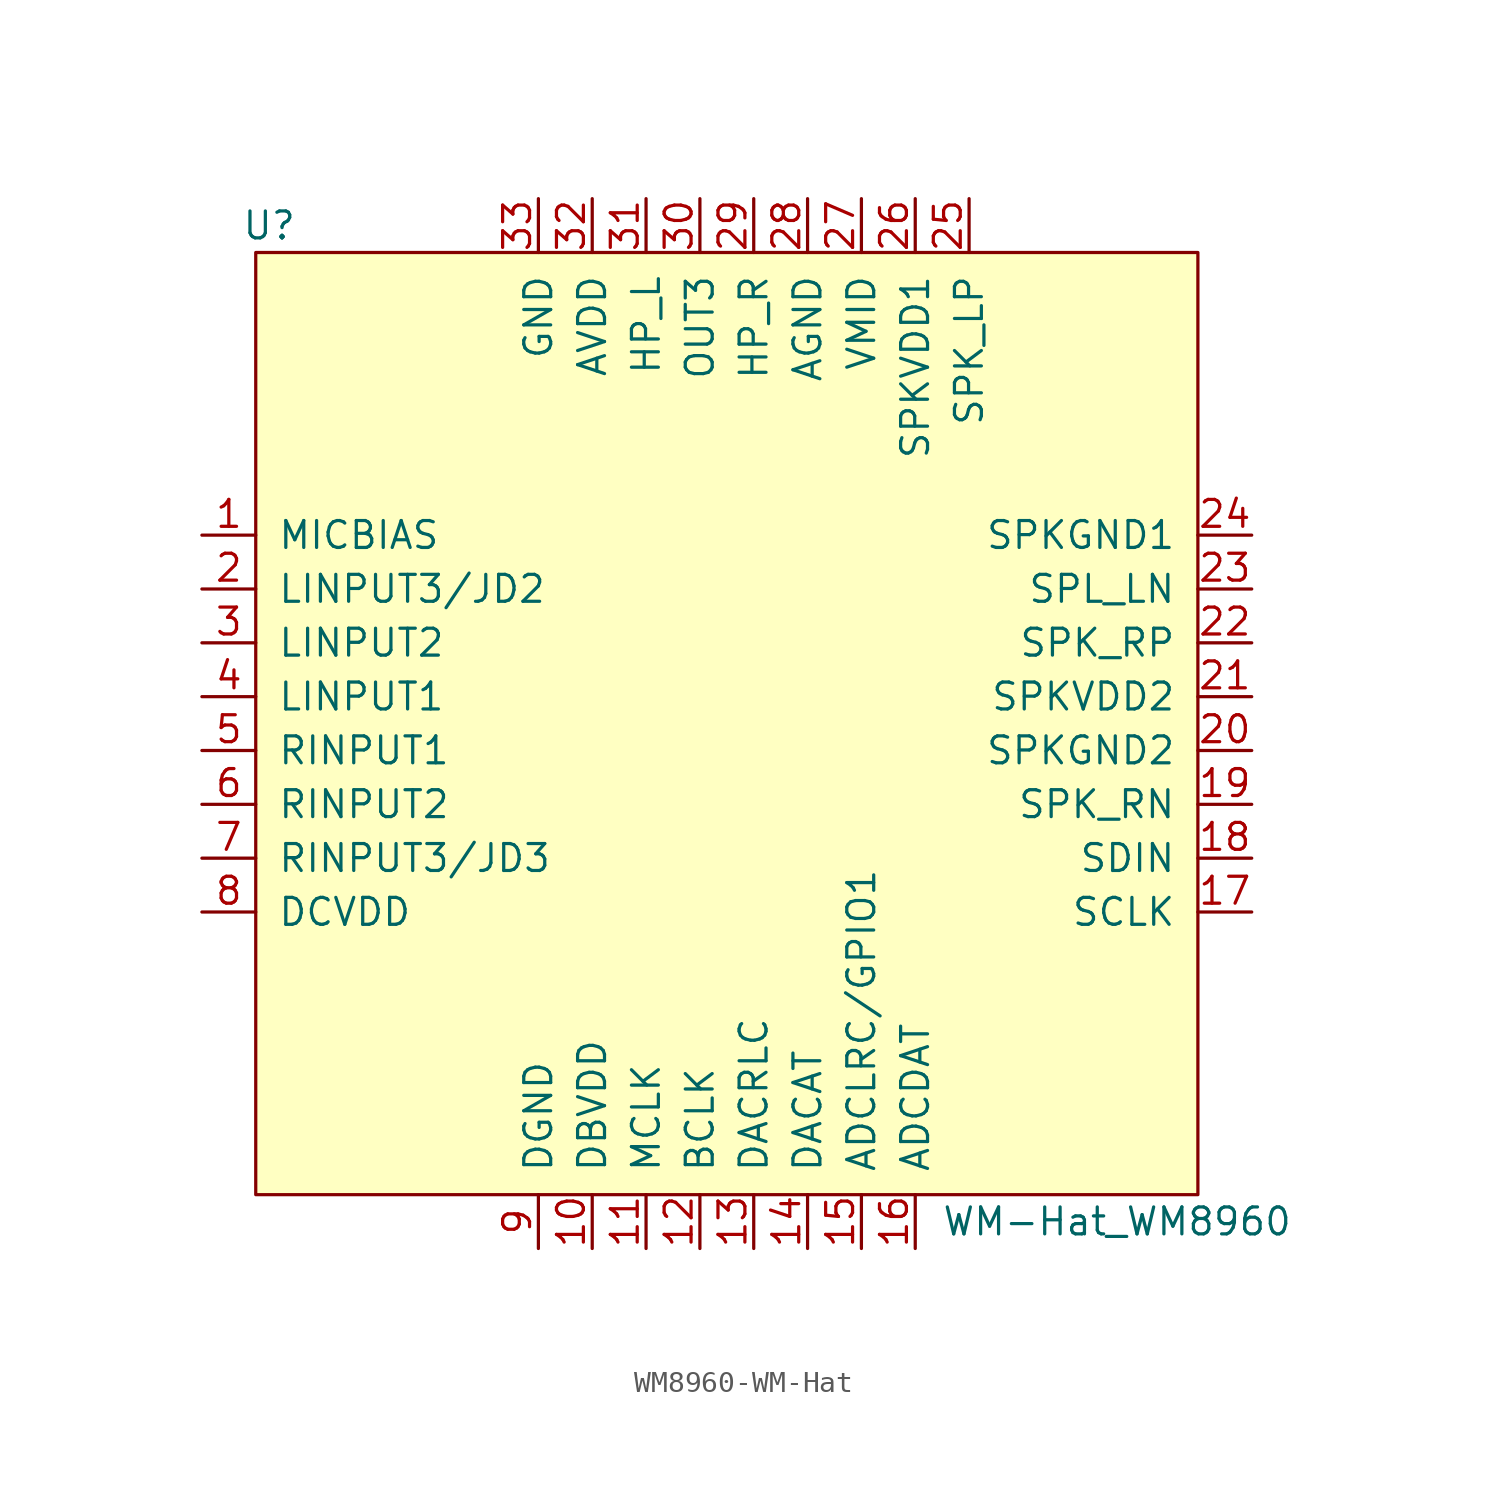
<source format=kicad_sym>
(kicad_symbol_lib
  (version 20220914)
  (generator kicad_symbol_editor)
  (symbol "WM8960-WM-Hat"
    (pin_names
      (offset 1.016))
    (property "Reference" "U"
      (at -21.59 23.495 0)
      (effects (font (size 1.27 1.27))))
    (property "Value" "WM-Hat_WM8960"
      (at 18.415 -23.495 0)
      (effects (font (size 1.27 1.27))))
    (symbol "WM8960-WM-Hat_0_1"
      (rectangle (start -22.225 22.225) (end 22.225 -22.225) (stroke (width 0) (type solid)) (fill (type background))))
    (symbol "WM8960-WM-Hat_1_1"
      (pin input line (at -24.765 8.89 0) (length 2.54) (name "MICBIAS" (effects (font (size 1.27 1.27)))) (number "1" (effects (font (size 1.27 1.27)))))
      (pin input line (at -6.35 -24.765 90) (length 2.54) (name "DBVDD" (effects (font (size 1.27 1.27)))) (number "10" (effects (font (size 1.27 1.27)))))
      (pin input line (at -3.81 -24.765 90) (length 2.54) (name "MCLK" (effects (font (size 1.27 1.27)))) (number "11" (effects (font (size 1.27 1.27)))))
      (pin input line (at -1.27 -24.765 90) (length 2.54) (name "BCLK" (effects (font (size 1.27 1.27)))) (number "12" (effects (font (size 1.27 1.27)))))
      (pin input line (at 1.27 -24.765 90) (length 2.54) (name "DACRLC" (effects (font (size 1.27 1.27)))) (number "13" (effects (font (size 1.27 1.27)))))
      (pin input line (at 3.81 -24.765 90) (length 2.54) (name "DACAT" (effects (font (size 1.27 1.27)))) (number "14" (effects (font (size 1.27 1.27)))))
      (pin input line (at 6.35 -24.765 90) (length 2.54) (name "ADCLRC/GPIO1" (effects (font (size 1.27 1.27)))) (number "15" (effects (font (size 1.27 1.27)))))
      (pin input line (at 8.89 -24.765 90) (length 2.54) (name "ADCDAT" (effects (font (size 1.27 1.27)))) (number "16" (effects (font (size 1.27 1.27)))))
      (pin input line (at 24.765 -8.89 180) (length 2.54) (name "SCLK" (effects (font (size 1.27 1.27)))) (number "17" (effects (font (size 1.27 1.27)))))
      (pin input line (at 24.765 -6.35 180) (length 2.54) (name "SDIN" (effects (font (size 1.27 1.27)))) (number "18" (effects (font (size 1.27 1.27)))))
      (pin input line (at 24.765 -3.81 180) (length 2.54) (name "SPK_RN" (effects (font (size 1.27 1.27)))) (number "19" (effects (font (size 1.27 1.27)))))
      (pin input line (at -24.765 6.35 0) (length 2.54) (name "LINPUT3/JD2" (effects (font (size 1.27 1.27)))) (number "2" (effects (font (size 1.27 1.27)))))
      (pin input line (at 24.765 -1.27 180) (length 2.54) (name "SPKGND2" (effects (font (size 1.27 1.27)))) (number "20" (effects (font (size 1.27 1.27)))))
      (pin input line (at 24.765 1.27 180) (length 2.54) (name "SPKVDD2" (effects (font (size 1.27 1.27)))) (number "21" (effects (font (size 1.27 1.27)))))
      (pin input line (at 24.765 3.81 180) (length 2.54) (name "SPK_RP" (effects (font (size 1.27 1.27)))) (number "22" (effects (font (size 1.27 1.27)))))
      (pin input line (at 24.765 6.35 180) (length 2.54) (name "SPL_LN" (effects (font (size 1.27 1.27)))) (number "23" (effects (font (size 1.27 1.27)))))
      (pin input line (at 24.765 8.89 180) (length 2.54) (name "SPKGND1" (effects (font (size 1.27 1.27)))) (number "24" (effects (font (size 1.27 1.27)))))
      (pin input line (at 11.43 24.765 270) (length 2.54) (name "SPK_LP" (effects (font (size 1.27 1.27)))) (number "25" (effects (font (size 1.27 1.27)))))
      (pin input line (at 8.89 24.765 270) (length 2.54) (name "SPKVDD1" (effects (font (size 1.27 1.27)))) (number "26" (effects (font (size 1.27 1.27)))))
      (pin input line (at 6.35 24.765 270) (length 2.54) (name "VMID" (effects (font (size 1.27 1.27)))) (number "27" (effects (font (size 1.27 1.27)))))
      (pin input line (at 3.81 24.765 270) (length 2.54) (name "AGND" (effects (font (size 1.27 1.27)))) (number "28" (effects (font (size 1.27 1.27)))))
      (pin input line (at 1.27 24.765 270) (length 2.54) (name "HP_R" (effects (font (size 1.27 1.27)))) (number "29" (effects (font (size 1.27 1.27)))))
      (pin input line (at -24.765 3.81 0) (length 2.54) (name "LINPUT2" (effects (font (size 1.27 1.27)))) (number "3" (effects (font (size 1.27 1.27)))))
      (pin input line (at -1.27 24.765 270) (length 2.54) (name "OUT3" (effects (font (size 1.27 1.27)))) (number "30" (effects (font (size 1.27 1.27)))))
      (pin input line (at -3.81 24.765 270) (length 2.54) (name "HP_L" (effects (font (size 1.27 1.27)))) (number "31" (effects (font (size 1.27 1.27)))))
      (pin input line (at -6.35 24.765 270) (length 2.54) (name "AVDD" (effects (font (size 1.27 1.27)))) (number "32" (effects (font (size 1.27 1.27)))))
      (pin input line (at -8.89 24.765 270) (length 2.54) (name "GND" (effects (font (size 1.27 1.27)))) (number "33" (effects (font (size 1.27 1.27)))))
      (pin input line (at -24.765 1.27 0) (length 2.54) (name "LINPUT1" (effects (font (size 1.27 1.27)))) (number "4" (effects (font (size 1.27 1.27)))))
      (pin input line (at -24.765 -1.27 0) (length 2.54) (name "RINPUT1" (effects (font (size 1.27 1.27)))) (number "5" (effects (font (size 1.27 1.27)))))
      (pin input line (at -24.765 -3.81 0) (length 2.54) (name "RINPUT2" (effects (font (size 1.27 1.27)))) (number "6" (effects (font (size 1.27 1.27)))))
      (pin input line (at -24.765 -6.35 0) (length 2.54) (name "RINPUT3/JD3" (effects (font (size 1.27 1.27)))) (number "7" (effects (font (size 1.27 1.27)))))
      (pin input line (at -24.765 -8.89 0) (length 2.54) (name "DCVDD" (effects (font (size 1.27 1.27)))) (number "8" (effects (font (size 1.27 1.27)))))
      (pin input line (at -8.89 -24.765 90) (length 2.54) (name "DGND" (effects (font (size 1.27 1.27)))) (number "9" (effects (font (size 1.27 1.27))))))))
</source>
